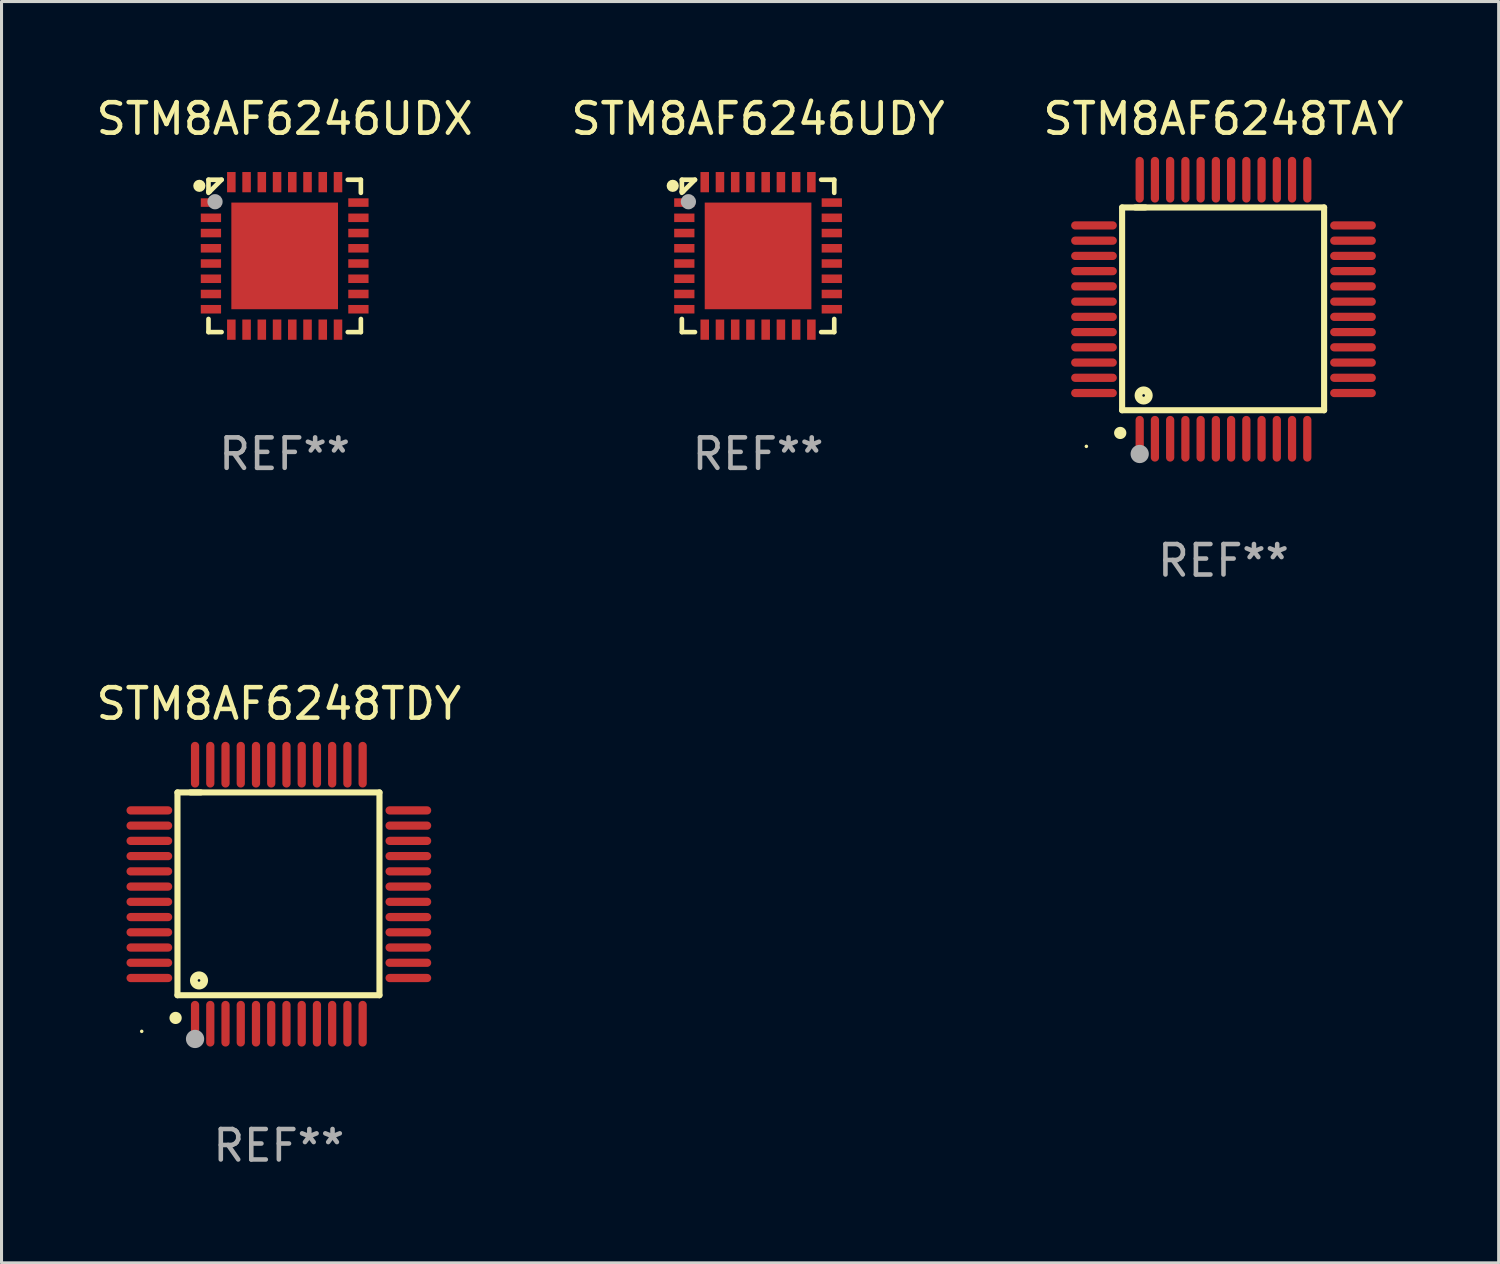
<source format=kicad_pcb>
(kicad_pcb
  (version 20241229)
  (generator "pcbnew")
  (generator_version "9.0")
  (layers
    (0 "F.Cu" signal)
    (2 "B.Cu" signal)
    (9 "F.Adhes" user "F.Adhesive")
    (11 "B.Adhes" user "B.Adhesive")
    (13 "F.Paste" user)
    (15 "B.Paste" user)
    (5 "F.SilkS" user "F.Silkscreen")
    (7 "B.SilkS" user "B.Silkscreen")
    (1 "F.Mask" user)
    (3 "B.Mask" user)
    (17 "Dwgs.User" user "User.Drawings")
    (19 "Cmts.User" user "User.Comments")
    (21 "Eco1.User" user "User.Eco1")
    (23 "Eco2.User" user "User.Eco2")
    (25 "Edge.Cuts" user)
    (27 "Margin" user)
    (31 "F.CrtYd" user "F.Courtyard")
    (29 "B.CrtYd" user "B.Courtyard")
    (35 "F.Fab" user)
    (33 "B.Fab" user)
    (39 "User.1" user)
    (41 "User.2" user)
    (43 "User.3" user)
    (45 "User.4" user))
  (footprint "STM8AF6246UDX"
    (layer "F.Cu")
    (at 6.292 5.348)
    (property "Reference" "STM8AF6246UDX" (at 0 -4.5 0) (layer "F.SilkS") (effects (font (size 1 1) (thickness 0.15))))
    (attr through_hole)
    (fp_line (start -2.5 -2.5) (end -2.07 -2.5) (stroke (width 0.152) (type solid)) (layer "F.SilkS"))
    (fp_line (start -2.5 -2.11) (end -2.5 -2.5) (stroke (width 0.152) (type solid)) (layer "F.SilkS"))
    (fp_line (start -2.5 -2.11) (end -2.5 -2.07) (stroke (width 0.152) (type solid)) (layer "F.SilkS"))
    (fp_line (start -2.5 -2.11) (end -2.46 -2.11) (stroke (width 0.152) (type solid)) (layer "F.SilkS"))
    (fp_line (start -2.5 2.5) (end -2.5 2.07) (stroke (width 0.152) (type solid)) (layer "F.SilkS"))
    (fp_line (start -2.46 -2.11) (end -2.07 -2.5) (stroke (width 0.152) (type solid)) (layer "F.SilkS"))
    (fp_line (start -2.07 2.5) (end -2.5 2.5) (stroke (width 0.152) (type solid)) (layer "F.SilkS"))
    (fp_line (start 2.07 -2.5) (end 2.5 -2.5) (stroke (width 0.152) (type solid)) (layer "F.SilkS"))
    (fp_line (start 2.5 -2.5) (end 2.5 -2.07) (stroke (width 0.152) (type solid)) (layer "F.SilkS"))
    (fp_line (start 2.5 2.07) (end 2.5 2.5) (stroke (width 0.152) (type solid)) (layer "F.SilkS"))
    (fp_line (start 2.5 2.5) (end 2.07 2.5) (stroke (width 0.152) (type solid)) (layer "F.SilkS"))
    (fp_circle (center -2.8 -2.3) (end -2.7 -2.3) (stroke (width 0.2) (type solid)) (fill no) (layer "F.SilkS"))
    (fp_circle (center -2.5 -2.5) (end -2.47 -2.5) (stroke (width 0.06) (type solid)) (fill no) (layer "F.SilkS"))
    (fp_circle (center -2.286 -1.778) (end -2.161 -1.778) (stroke (width 0.25) (type solid)) (fill no) (layer "F.Fab"))
    (fp_text user "REF**" (at 0 6.5 0) (layer "F.Fab") (effects (font (size 1 1) (thickness 0.15))))
    (pad "1" smd rect (at -2.42 -1.75 270) (size 0.28 0.665) (layers "F.Cu" "F.Mask" "F.Paste"))
    (pad "2" smd rect (at -2.42 -1.25 270) (size 0.28 0.665) (layers "F.Cu" "F.Mask" "F.Paste"))
    (pad "3" smd rect (at -2.42 -0.75 270) (size 0.28 0.665) (layers "F.Cu" "F.Mask" "F.Paste"))
    (pad "4" smd rect (at -2.42 -0.25 270) (size 0.28 0.665) (layers "F.Cu" "F.Mask" "F.Paste"))
    (pad "5" smd rect (at -2.42 0.25 270) (size 0.28 0.665) (layers "F.Cu" "F.Mask" "F.Paste"))
    (pad "6" smd rect (at -2.42 0.75 270) (size 0.28 0.665) (layers "F.Cu" "F.Mask" "F.Paste"))
    (pad "7" smd rect (at -2.42 1.25 270) (size 0.28 0.665) (layers "F.Cu" "F.Mask" "F.Paste"))
    (pad "8" smd rect (at -2.42 1.75 270) (size 0.28 0.665) (layers "F.Cu" "F.Mask" "F.Paste"))
    (pad "9" smd rect (at -1.75 2.42 270) (size 0.665 0.28) (layers "F.Cu" "F.Mask" "F.Paste"))
    (pad "10" smd rect (at -1.25 2.42 270) (size 0.665 0.28) (layers "F.Cu" "F.Mask" "F.Paste"))
    (pad "11" smd rect (at -0.75 2.42 270) (size 0.665 0.28) (layers "F.Cu" "F.Mask" "F.Paste"))
    (pad "12" smd rect (at -0.25 2.42 270) (size 0.665 0.28) (layers "F.Cu" "F.Mask" "F.Paste"))
    (pad "13" smd rect (at 0.25 2.42 270) (size 0.665 0.28) (layers "F.Cu" "F.Mask" "F.Paste"))
    (pad "14" smd rect (at 0.75 2.42 270) (size 0.665 0.28) (layers "F.Cu" "F.Mask" "F.Paste"))
    (pad "15" smd rect (at 1.25 2.42 270) (size 0.665 0.28) (layers "F.Cu" "F.Mask" "F.Paste"))
    (pad "16" smd rect (at 1.75 2.42 270) (size 0.665 0.28) (layers "F.Cu" "F.Mask" "F.Paste"))
    (pad "17" smd rect (at 2.42 1.75 270) (size 0.28 0.665) (layers "F.Cu" "F.Mask" "F.Paste"))
    (pad "18" smd rect (at 2.42 1.25 270) (size 0.28 0.665) (layers "F.Cu" "F.Mask" "F.Paste"))
    (pad "19" smd rect (at 2.42 0.75 270) (size 0.28 0.665) (layers "F.Cu" "F.Mask" "F.Paste"))
    (pad "20" smd rect (at 2.42 0.25 270) (size 0.28 0.665) (layers "F.Cu" "F.Mask" "F.Paste"))
    (pad "21" smd rect (at 2.42 -0.25 270) (size 0.28 0.665) (layers "F.Cu" "F.Mask" "F.Paste"))
    (pad "22" smd rect (at 2.42 -0.75 270) (size 0.28 0.665) (layers "F.Cu" "F.Mask" "F.Paste"))
    (pad "23" smd rect (at 2.42 -1.25 270) (size 0.28 0.665) (layers "F.Cu" "F.Mask" "F.Paste"))
    (pad "24" smd rect (at 2.42 -1.75 270) (size 0.28 0.665) (layers "F.Cu" "F.Mask" "F.Paste"))
    (pad "25" smd rect (at 1.75 -2.42 270) (size 0.665 0.28) (layers "F.Cu" "F.Mask" "F.Paste"))
    (pad "26" smd rect (at 1.25 -2.42 270) (size 0.665 0.28) (layers "F.Cu" "F.Mask" "F.Paste"))
    (pad "27" smd rect (at 0.75 -2.42 270) (size 0.665 0.28) (layers "F.Cu" "F.Mask" "F.Paste"))
    (pad "28" smd rect (at 0.25 -2.42 270) (size 0.665 0.28) (layers "F.Cu" "F.Mask" "F.Paste"))
    (pad "29" smd rect (at -0.25 -2.42 270) (size 0.665 0.28) (layers "F.Cu" "F.Mask" "F.Paste"))
    (pad "30" smd rect (at -0.75 -2.42 270) (size 0.665 0.28) (layers "F.Cu" "F.Mask" "F.Paste"))
    (pad "31" smd rect (at -1.25 -2.42 270) (size 0.665 0.28) (layers "F.Cu" "F.Mask" "F.Paste"))
    (pad "32" smd rect (at -1.75 -2.42 270) (size 0.665 0.28) (layers "F.Cu" "F.Mask" "F.Paste"))
    (pad "33" smd rect (at 0 0 270) (size 3.5 3.5) (layers "F.Cu" "F.Mask" "F.Paste")))
  (footprint "STM8AF6248TAY"
    (layer "F.Cu")
    (at 37.101 7.098)
    (property "Reference" "STM8AF6248TAY" (at 0 -6.25 0) (layer "F.SilkS") (effects (font (size 1 1) (thickness 0.15))))
    (attr through_hole)
    (fp_line (start -3.327 -3.34) (end -2.565 -3.34) (stroke (width 0.2) (type solid)) (layer "F.SilkS"))
    (fp_line (start -3.327 3.315) (end -3.327 -3.34) (stroke (width 0.2) (type solid)) (layer "F.SilkS"))
    (fp_line (start -2.896 -3.34) (end 3.302 -3.34) (stroke (width 0.2) (type solid)) (layer "F.SilkS"))
    (fp_line (start 3.302 -3.34) (end 3.302 3.315) (stroke (width 0.2) (type solid)) (layer "F.SilkS"))
    (fp_line (start 3.302 3.315) (end -3.327 3.315) (stroke (width 0.2) (type solid)) (layer "F.SilkS"))
    (fp_arc (start -3.389992 4.059995) (mid -3.388722 4.059991) (end -3.387452 4.059995) (stroke (width 0.4) (type solid)) (layer "F.SilkS"))
    (fp_circle (center -4.5 4.5) (end -4.47 4.5) (stroke (width 0.06) (type solid)) (fill no) (layer "F.SilkS"))
    (fp_circle (center -2.62 2.83) (end -2.45 2.83) (stroke (width 0.254) (type solid)) (fill no) (layer "F.SilkS"))
    (fp_circle (center -2.75 4.75) (end -2.6 4.75) (stroke (width 0.3) (type solid)) (fill no) (layer "F.Fab"))
    (fp_text user "REF**" (at 0 8.25 0) (layer "F.Fab") (effects (font (size 1 1) (thickness 0.15))))
    (pad "1" smd oval (at -2.75 4.25) (size 0.27 1.5) (layers "F.Cu" "F.Mask" "F.Paste"))
    (pad "2" smd oval (at -2.25 4.25) (size 0.27 1.5) (layers "F.Cu" "F.Mask" "F.Paste"))
    (pad "3" smd oval (at -1.75 4.25) (size 0.27 1.5) (layers "F.Cu" "F.Mask" "F.Paste"))
    (pad "4" smd oval (at -1.25 4.25) (size 0.27 1.5) (layers "F.Cu" "F.Mask" "F.Paste"))
    (pad "5" smd oval (at -0.75 4.25) (size 0.27 1.5) (layers "F.Cu" "F.Mask" "F.Paste"))
    (pad "6" smd oval (at -0.25 4.25) (size 0.27 1.5) (layers "F.Cu" "F.Mask" "F.Paste"))
    (pad "7" smd oval (at 0.25 4.25) (size 0.27 1.5) (layers "F.Cu" "F.Mask" "F.Paste"))
    (pad "8" smd oval (at 0.75 4.25) (size 0.27 1.5) (layers "F.Cu" "F.Mask" "F.Paste"))
    (pad "9" smd oval (at 1.25 4.25) (size 0.27 1.5) (layers "F.Cu" "F.Mask" "F.Paste"))
    (pad "10" smd oval (at 1.75 4.25) (size 0.27 1.5) (layers "F.Cu" "F.Mask" "F.Paste"))
    (pad "11" smd oval (at 2.25 4.25) (size 0.27 1.5) (layers "F.Cu" "F.Mask" "F.Paste"))
    (pad "12" smd oval (at 2.75 4.25) (size 0.27 1.5) (layers "F.Cu" "F.Mask" "F.Paste"))
    (pad "13" smd oval (at 4.25 2.75) (size 1.5 0.27) (layers "F.Cu" "F.Mask" "F.Paste"))
    (pad "14" smd oval (at 4.25 2.25) (size 1.5 0.27) (layers "F.Cu" "F.Mask" "F.Paste"))
    (pad "15" smd oval (at 4.25 1.75) (size 1.5 0.27) (layers "F.Cu" "F.Mask" "F.Paste"))
    (pad "16" smd oval (at 4.25 1.25) (size 1.5 0.27) (layers "F.Cu" "F.Mask" "F.Paste"))
    (pad "17" smd oval (at 4.25 0.75) (size 1.5 0.27) (layers "F.Cu" "F.Mask" "F.Paste"))
    (pad "18" smd oval (at 4.25 0.25) (size 1.5 0.27) (layers "F.Cu" "F.Mask" "F.Paste"))
    (pad "19" smd oval (at 4.25 -0.25) (size 1.5 0.27) (layers "F.Cu" "F.Mask" "F.Paste"))
    (pad "20" smd oval (at 4.25 -0.75) (size 1.5 0.27) (layers "F.Cu" "F.Mask" "F.Paste"))
    (pad "21" smd oval (at 4.25 -1.25) (size 1.5 0.27) (layers "F.Cu" "F.Mask" "F.Paste"))
    (pad "22" smd oval (at 4.25 -1.75) (size 1.5 0.27) (layers "F.Cu" "F.Mask" "F.Paste"))
    (pad "23" smd oval (at 4.25 -2.25) (size 1.5 0.27) (layers "F.Cu" "F.Mask" "F.Paste"))
    (pad "24" smd oval (at 4.25 -2.75) (size 1.5 0.27) (layers "F.Cu" "F.Mask" "F.Paste"))
    (pad "25" smd oval (at 2.75 -4.25) (size 0.27 1.5) (layers "F.Cu" "F.Mask" "F.Paste"))
    (pad "26" smd oval (at 2.25 -4.25) (size 0.27 1.5) (layers "F.Cu" "F.Mask" "F.Paste"))
    (pad "27" smd oval (at 1.75 -4.25) (size 0.27 1.5) (layers "F.Cu" "F.Mask" "F.Paste"))
    (pad "28" smd oval (at 1.25 -4.25) (size 0.27 1.5) (layers "F.Cu" "F.Mask" "F.Paste"))
    (pad "29" smd oval (at 0.75 -4.25) (size 0.27 1.5) (layers "F.Cu" "F.Mask" "F.Paste"))
    (pad "30" smd oval (at 0.25 -4.25) (size 0.27 1.5) (layers "F.Cu" "F.Mask" "F.Paste"))
    (pad "31" smd oval (at -0.25 -4.25) (size 0.27 1.5) (layers "F.Cu" "F.Mask" "F.Paste"))
    (pad "32" smd oval (at -0.75 -4.25) (size 0.27 1.5) (layers "F.Cu" "F.Mask" "F.Paste"))
    (pad "33" smd oval (at -1.25 -4.25) (size 0.27 1.5) (layers "F.Cu" "F.Mask" "F.Paste"))
    (pad "34" smd oval (at -1.75 -4.25) (size 0.27 1.5) (layers "F.Cu" "F.Mask" "F.Paste"))
    (pad "35" smd oval (at -2.25 -4.25) (size 0.27 1.5) (layers "F.Cu" "F.Mask" "F.Paste"))
    (pad "36" smd oval (at -2.75 -4.25) (size 0.27 1.5) (layers "F.Cu" "F.Mask" "F.Paste"))
    (pad "37" smd oval (at -4.25 -2.75) (size 1.5 0.27) (layers "F.Cu" "F.Mask" "F.Paste"))
    (pad "38" smd oval (at -4.25 -2.25) (size 1.5 0.27) (layers "F.Cu" "F.Mask" "F.Paste"))
    (pad "39" smd oval (at -4.25 -1.75) (size 1.5 0.27) (layers "F.Cu" "F.Mask" "F.Paste"))
    (pad "40" smd oval (at -4.25 -1.25) (size 1.5 0.27) (layers "F.Cu" "F.Mask" "F.Paste"))
    (pad "41" smd oval (at -4.25 -0.75) (size 1.5 0.27) (layers "F.Cu" "F.Mask" "F.Paste"))
    (pad "42" smd oval (at -4.25 -0.25) (size 1.5 0.27) (layers "F.Cu" "F.Mask" "F.Paste"))
    (pad "43" smd oval (at -4.25 0.25) (size 1.5 0.27) (layers "F.Cu" "F.Mask" "F.Paste"))
    (pad "44" smd oval (at -4.25 0.75) (size 1.5 0.27) (layers "F.Cu" "F.Mask" "F.Paste"))
    (pad "45" smd oval (at -4.25 1.25) (size 1.5 0.27) (layers "F.Cu" "F.Mask" "F.Paste"))
    (pad "46" smd oval (at -4.25 1.75) (size 1.5 0.27) (layers "F.Cu" "F.Mask" "F.Paste"))
    (pad "47" smd oval (at -4.25 2.25) (size 1.5 0.27) (layers "F.Cu" "F.Mask" "F.Paste"))
    (pad "48" smd oval (at -4.25 2.75) (size 1.5 0.27) (layers "F.Cu" "F.Mask" "F.Paste")))
  (footprint "STM8AF6248TDY"
    (layer "F.Cu")
    (at 6.101 26.295)
    (property "Reference" "STM8AF6248TDY" (at 0 -6.25 0) (layer "F.SilkS") (effects (font (size 1 1) (thickness 0.15))))
    (attr through_hole)
    (fp_line (start -3.327 -3.34) (end -2.565 -3.34) (stroke (width 0.2) (type solid)) (layer "F.SilkS"))
    (fp_line (start -3.327 3.315) (end -3.327 -3.34) (stroke (width 0.2) (type solid)) (layer "F.SilkS"))
    (fp_line (start -2.896 -3.34) (end 3.302 -3.34) (stroke (width 0.2) (type solid)) (layer "F.SilkS"))
    (fp_line (start 3.302 -3.34) (end 3.302 3.315) (stroke (width 0.2) (type solid)) (layer "F.SilkS"))
    (fp_line (start 3.302 3.315) (end -3.327 3.315) (stroke (width 0.2) (type solid)) (layer "F.SilkS"))
    (fp_arc (start -3.389992 4.059995) (mid -3.388722 4.059991) (end -3.387452 4.059995) (stroke (width 0.4) (type solid)) (layer "F.SilkS"))
    (fp_circle (center -4.5 4.5) (end -4.47 4.5) (stroke (width 0.06) (type solid)) (fill no) (layer "F.SilkS"))
    (fp_circle (center -2.62 2.83) (end -2.45 2.83) (stroke (width 0.254) (type solid)) (fill no) (layer "F.SilkS"))
    (fp_circle (center -2.75 4.75) (end -2.6 4.75) (stroke (width 0.3) (type solid)) (fill no) (layer "F.Fab"))
    (fp_text user "REF**" (at 0 8.25 0) (layer "F.Fab") (effects (font (size 1 1) (thickness 0.15))))
    (pad "1" smd oval (at -2.75 4.25) (size 0.27 1.5) (layers "F.Cu" "F.Mask" "F.Paste"))
    (pad "2" smd oval (at -2.25 4.25) (size 0.27 1.5) (layers "F.Cu" "F.Mask" "F.Paste"))
    (pad "3" smd oval (at -1.75 4.25) (size 0.27 1.5) (layers "F.Cu" "F.Mask" "F.Paste"))
    (pad "4" smd oval (at -1.25 4.25) (size 0.27 1.5) (layers "F.Cu" "F.Mask" "F.Paste"))
    (pad "5" smd oval (at -0.75 4.25) (size 0.27 1.5) (layers "F.Cu" "F.Mask" "F.Paste"))
    (pad "6" smd oval (at -0.25 4.25) (size 0.27 1.5) (layers "F.Cu" "F.Mask" "F.Paste"))
    (pad "7" smd oval (at 0.25 4.25) (size 0.27 1.5) (layers "F.Cu" "F.Mask" "F.Paste"))
    (pad "8" smd oval (at 0.75 4.25) (size 0.27 1.5) (layers "F.Cu" "F.Mask" "F.Paste"))
    (pad "9" smd oval (at 1.25 4.25) (size 0.27 1.5) (layers "F.Cu" "F.Mask" "F.Paste"))
    (pad "10" smd oval (at 1.75 4.25) (size 0.27 1.5) (layers "F.Cu" "F.Mask" "F.Paste"))
    (pad "11" smd oval (at 2.25 4.25) (size 0.27 1.5) (layers "F.Cu" "F.Mask" "F.Paste"))
    (pad "12" smd oval (at 2.75 4.25) (size 0.27 1.5) (layers "F.Cu" "F.Mask" "F.Paste"))
    (pad "13" smd oval (at 4.25 2.75) (size 1.5 0.27) (layers "F.Cu" "F.Mask" "F.Paste"))
    (pad "14" smd oval (at 4.25 2.25) (size 1.5 0.27) (layers "F.Cu" "F.Mask" "F.Paste"))
    (pad "15" smd oval (at 4.25 1.75) (size 1.5 0.27) (layers "F.Cu" "F.Mask" "F.Paste"))
    (pad "16" smd oval (at 4.25 1.25) (size 1.5 0.27) (layers "F.Cu" "F.Mask" "F.Paste"))
    (pad "17" smd oval (at 4.25 0.75) (size 1.5 0.27) (layers "F.Cu" "F.Mask" "F.Paste"))
    (pad "18" smd oval (at 4.25 0.25) (size 1.5 0.27) (layers "F.Cu" "F.Mask" "F.Paste"))
    (pad "19" smd oval (at 4.25 -0.25) (size 1.5 0.27) (layers "F.Cu" "F.Mask" "F.Paste"))
    (pad "20" smd oval (at 4.25 -0.75) (size 1.5 0.27) (layers "F.Cu" "F.Mask" "F.Paste"))
    (pad "21" smd oval (at 4.25 -1.25) (size 1.5 0.27) (layers "F.Cu" "F.Mask" "F.Paste"))
    (pad "22" smd oval (at 4.25 -1.75) (size 1.5 0.27) (layers "F.Cu" "F.Mask" "F.Paste"))
    (pad "23" smd oval (at 4.25 -2.25) (size 1.5 0.27) (layers "F.Cu" "F.Mask" "F.Paste"))
    (pad "24" smd oval (at 4.25 -2.75) (size 1.5 0.27) (layers "F.Cu" "F.Mask" "F.Paste"))
    (pad "25" smd oval (at 2.75 -4.25) (size 0.27 1.5) (layers "F.Cu" "F.Mask" "F.Paste"))
    (pad "26" smd oval (at 2.25 -4.25) (size 0.27 1.5) (layers "F.Cu" "F.Mask" "F.Paste"))
    (pad "27" smd oval (at 1.75 -4.25) (size 0.27 1.5) (layers "F.Cu" "F.Mask" "F.Paste"))
    (pad "28" smd oval (at 1.25 -4.25) (size 0.27 1.5) (layers "F.Cu" "F.Mask" "F.Paste"))
    (pad "29" smd oval (at 0.75 -4.25) (size 0.27 1.5) (layers "F.Cu" "F.Mask" "F.Paste"))
    (pad "30" smd oval (at 0.25 -4.25) (size 0.27 1.5) (layers "F.Cu" "F.Mask" "F.Paste"))
    (pad "31" smd oval (at -0.25 -4.25) (size 0.27 1.5) (layers "F.Cu" "F.Mask" "F.Paste"))
    (pad "32" smd oval (at -0.75 -4.25) (size 0.27 1.5) (layers "F.Cu" "F.Mask" "F.Paste"))
    (pad "33" smd oval (at -1.25 -4.25) (size 0.27 1.5) (layers "F.Cu" "F.Mask" "F.Paste"))
    (pad "34" smd oval (at -1.75 -4.25) (size 0.27 1.5) (layers "F.Cu" "F.Mask" "F.Paste"))
    (pad "35" smd oval (at -2.25 -4.25) (size 0.27 1.5) (layers "F.Cu" "F.Mask" "F.Paste"))
    (pad "36" smd oval (at -2.75 -4.25) (size 0.27 1.5) (layers "F.Cu" "F.Mask" "F.Paste"))
    (pad "37" smd oval (at -4.25 -2.75) (size 1.5 0.27) (layers "F.Cu" "F.Mask" "F.Paste"))
    (pad "38" smd oval (at -4.25 -2.25) (size 1.5 0.27) (layers "F.Cu" "F.Mask" "F.Paste"))
    (pad "39" smd oval (at -4.25 -1.75) (size 1.5 0.27) (layers "F.Cu" "F.Mask" "F.Paste"))
    (pad "40" smd oval (at -4.25 -1.25) (size 1.5 0.27) (layers "F.Cu" "F.Mask" "F.Paste"))
    (pad "41" smd oval (at -4.25 -0.75) (size 1.5 0.27) (layers "F.Cu" "F.Mask" "F.Paste"))
    (pad "42" smd oval (at -4.25 -0.25) (size 1.5 0.27) (layers "F.Cu" "F.Mask" "F.Paste"))
    (pad "43" smd oval (at -4.25 0.25) (size 1.5 0.27) (layers "F.Cu" "F.Mask" "F.Paste"))
    (pad "44" smd oval (at -4.25 0.75) (size 1.5 0.27) (layers "F.Cu" "F.Mask" "F.Paste"))
    (pad "45" smd oval (at -4.25 1.25) (size 1.5 0.27) (layers "F.Cu" "F.Mask" "F.Paste"))
    (pad "46" smd oval (at -4.25 1.75) (size 1.5 0.27) (layers "F.Cu" "F.Mask" "F.Paste"))
    (pad "47" smd oval (at -4.25 2.25) (size 1.5 0.27) (layers "F.Cu" "F.Mask" "F.Paste"))
    (pad "48" smd oval (at -4.25 2.75) (size 1.5 0.27) (layers "F.Cu" "F.Mask" "F.Paste")))
  (footprint "STM8AF6246UDY"
    (layer "F.Cu")
    (at 21.827 5.348)
    (property "Reference" "STM8AF6246UDY" (at 0 -4.5 0) (layer "F.SilkS") (effects (font (size 1 1) (thickness 0.15))))
    (attr through_hole)
    (fp_line (start -2.5 -2.5) (end -2.07 -2.5) (stroke (width 0.152) (type solid)) (layer "F.SilkS"))
    (fp_line (start -2.5 -2.11) (end -2.5 -2.5) (stroke (width 0.152) (type solid)) (layer "F.SilkS"))
    (fp_line (start -2.5 -2.11) (end -2.5 -2.07) (stroke (width 0.152) (type solid)) (layer "F.SilkS"))
    (fp_line (start -2.5 -2.11) (end -2.46 -2.11) (stroke (width 0.152) (type solid)) (layer "F.SilkS"))
    (fp_line (start -2.5 2.5) (end -2.5 2.07) (stroke (width 0.152) (type solid)) (layer "F.SilkS"))
    (fp_line (start -2.46 -2.11) (end -2.07 -2.5) (stroke (width 0.152) (type solid)) (layer "F.SilkS"))
    (fp_line (start -2.07 2.5) (end -2.5 2.5) (stroke (width 0.152) (type solid)) (layer "F.SilkS"))
    (fp_line (start 2.07 -2.5) (end 2.5 -2.5) (stroke (width 0.152) (type solid)) (layer "F.SilkS"))
    (fp_line (start 2.5 -2.5) (end 2.5 -2.07) (stroke (width 0.152) (type solid)) (layer "F.SilkS"))
    (fp_line (start 2.5 2.07) (end 2.5 2.5) (stroke (width 0.152) (type solid)) (layer "F.SilkS"))
    (fp_line (start 2.5 2.5) (end 2.07 2.5) (stroke (width 0.152) (type solid)) (layer "F.SilkS"))
    (fp_circle (center -2.8 -2.3) (end -2.7 -2.3) (stroke (width 0.2) (type solid)) (fill no) (layer "F.SilkS"))
    (fp_circle (center -2.5 -2.5) (end -2.47 -2.5) (stroke (width 0.06) (type solid)) (fill no) (layer "F.SilkS"))
    (fp_circle (center -2.286 -1.778) (end -2.161 -1.778) (stroke (width 0.25) (type solid)) (fill no) (layer "F.Fab"))
    (fp_text user "REF**" (at 0 6.5 0) (layer "F.Fab") (effects (font (size 1 1) (thickness 0.15))))
    (pad "1" smd rect (at -2.42 -1.75 270) (size 0.28 0.665) (layers "F.Cu" "F.Mask" "F.Paste"))
    (pad "2" smd rect (at -2.42 -1.25 270) (size 0.28 0.665) (layers "F.Cu" "F.Mask" "F.Paste"))
    (pad "3" smd rect (at -2.42 -0.75 270) (size 0.28 0.665) (layers "F.Cu" "F.Mask" "F.Paste"))
    (pad "4" smd rect (at -2.42 -0.25 270) (size 0.28 0.665) (layers "F.Cu" "F.Mask" "F.Paste"))
    (pad "5" smd rect (at -2.42 0.25 270) (size 0.28 0.665) (layers "F.Cu" "F.Mask" "F.Paste"))
    (pad "6" smd rect (at -2.42 0.75 270) (size 0.28 0.665) (layers "F.Cu" "F.Mask" "F.Paste"))
    (pad "7" smd rect (at -2.42 1.25 270) (size 0.28 0.665) (layers "F.Cu" "F.Mask" "F.Paste"))
    (pad "8" smd rect (at -2.42 1.75 270) (size 0.28 0.665) (layers "F.Cu" "F.Mask" "F.Paste"))
    (pad "9" smd rect (at -1.75 2.42 270) (size 0.665 0.28) (layers "F.Cu" "F.Mask" "F.Paste"))
    (pad "10" smd rect (at -1.25 2.42 270) (size 0.665 0.28) (layers "F.Cu" "F.Mask" "F.Paste"))
    (pad "11" smd rect (at -0.75 2.42 270) (size 0.665 0.28) (layers "F.Cu" "F.Mask" "F.Paste"))
    (pad "12" smd rect (at -0.25 2.42 270) (size 0.665 0.28) (layers "F.Cu" "F.Mask" "F.Paste"))
    (pad "13" smd rect (at 0.25 2.42 270) (size 0.665 0.28) (layers "F.Cu" "F.Mask" "F.Paste"))
    (pad "14" smd rect (at 0.75 2.42 270) (size 0.665 0.28) (layers "F.Cu" "F.Mask" "F.Paste"))
    (pad "15" smd rect (at 1.25 2.42 270) (size 0.665 0.28) (layers "F.Cu" "F.Mask" "F.Paste"))
    (pad "16" smd rect (at 1.75 2.42 270) (size 0.665 0.28) (layers "F.Cu" "F.Mask" "F.Paste"))
    (pad "17" smd rect (at 2.42 1.75 270) (size 0.28 0.665) (layers "F.Cu" "F.Mask" "F.Paste"))
    (pad "18" smd rect (at 2.42 1.25 270) (size 0.28 0.665) (layers "F.Cu" "F.Mask" "F.Paste"))
    (pad "19" smd rect (at 2.42 0.75 270) (size 0.28 0.665) (layers "F.Cu" "F.Mask" "F.Paste"))
    (pad "20" smd rect (at 2.42 0.25 270) (size 0.28 0.665) (layers "F.Cu" "F.Mask" "F.Paste"))
    (pad "21" smd rect (at 2.42 -0.25 270) (size 0.28 0.665) (layers "F.Cu" "F.Mask" "F.Paste"))
    (pad "22" smd rect (at 2.42 -0.75 270) (size 0.28 0.665) (layers "F.Cu" "F.Mask" "F.Paste"))
    (pad "23" smd rect (at 2.42 -1.25 270) (size 0.28 0.665) (layers "F.Cu" "F.Mask" "F.Paste"))
    (pad "24" smd rect (at 2.42 -1.75 270) (size 0.28 0.665) (layers "F.Cu" "F.Mask" "F.Paste"))
    (pad "25" smd rect (at 1.75 -2.42 270) (size 0.665 0.28) (layers "F.Cu" "F.Mask" "F.Paste"))
    (pad "26" smd rect (at 1.25 -2.42 270) (size 0.665 0.28) (layers "F.Cu" "F.Mask" "F.Paste"))
    (pad "27" smd rect (at 0.75 -2.42 270) (size 0.665 0.28) (layers "F.Cu" "F.Mask" "F.Paste"))
    (pad "28" smd rect (at 0.25 -2.42 270) (size 0.665 0.28) (layers "F.Cu" "F.Mask" "F.Paste"))
    (pad "29" smd rect (at -0.25 -2.42 270) (size 0.665 0.28) (layers "F.Cu" "F.Mask" "F.Paste"))
    (pad "30" smd rect (at -0.75 -2.42 270) (size 0.665 0.28) (layers "F.Cu" "F.Mask" "F.Paste"))
    (pad "31" smd rect (at -1.25 -2.42 270) (size 0.665 0.28) (layers "F.Cu" "F.Mask" "F.Paste"))
    (pad "32" smd rect (at -1.75 -2.42 270) (size 0.665 0.28) (layers "F.Cu" "F.Mask" "F.Paste"))
    (pad "33" smd rect (at 0 0 270) (size 3.5 3.5) (layers "F.Cu" "F.Mask" "F.Paste")))
  (gr_rect
    (start -3 -3)
    (end 46.131 38.393)
    (stroke (width 0.1) (type default))
    (fill no)
    (layer "Edge.Cuts")))
</source>
